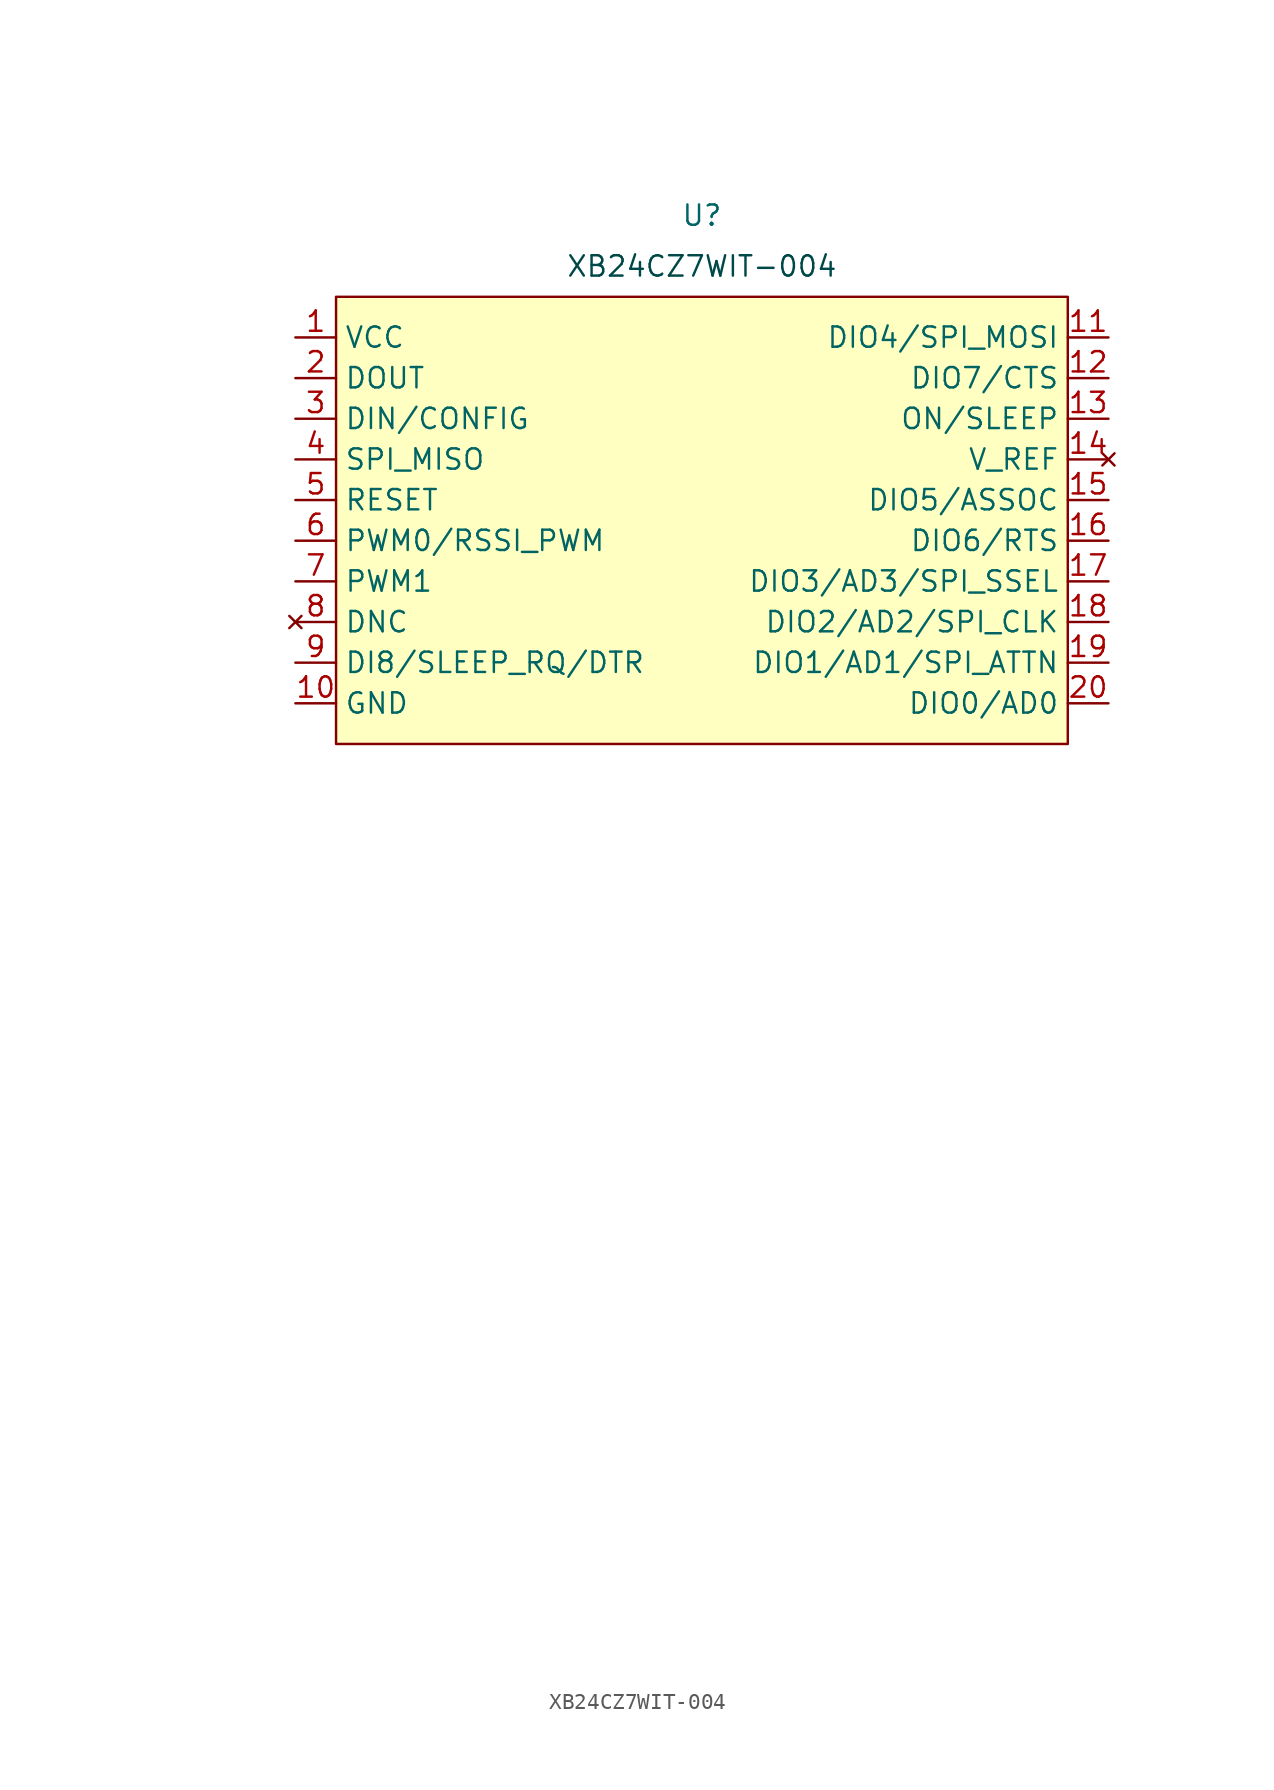
<source format=kicad_sym>
(kicad_symbol_lib
  (version 20231120)
  (generator "kicad_symbol_editor")
  (generator_version "8.0")
  (symbol "XB24CZ7WIT-004"
    (property "Reference" "U"
      (at 0 17.78 0)
      (effects (font (size 1.27 1.27))))
    (property "Value" ""
      (at -33.655 -65.405 0)
      (effects (font (size 1.27 1.27))))
    (symbol "XB24CZ7WIT-004_1_1"
      (rectangle (start -22.86 12.7) (end 22.86 -15.24) (stroke (width 0) (type default)) (fill (type background)))
      (text "XB24CZ7WIT-004" (at 0 14.605 0) (effects (font (size 1.27 1.27) (color 0 72 72 1))))
      (pin power_in line (at -25.4 10.16 0) (length 2.54) (name "VCC" (effects (font (size 1.27 1.27)))) (number "1" (effects (font (size 1.27 1.27)))))
      (pin passive line (at -25.4 -12.7 0) (length 2.54) (name "GND" (effects (font (size 1.27 1.27)))) (number "10" (effects (font (size 1.27 1.27)))))
      (pin bidirectional line (at 25.4 10.16 180) (length 2.54) (name "DIO4/SPI_MOSI" (effects (font (size 1.27 1.27)))) (number "11" (effects (font (size 1.27 1.27)))))
      (pin bidirectional line (at 25.4 7.62 180) (length 2.54) (name "DIO7/CTS" (effects (font (size 1.27 1.27)))) (number "12" (effects (font (size 1.27 1.27)))))
      (pin output line (at 25.4 5.08 180) (length 2.54) (name "ON/SLEEP" (effects (font (size 1.27 1.27)))) (number "13" (effects (font (size 1.27 1.27)))))
      (pin no_connect line (at 25.4 2.54 180) (length 2.54) (name "V_REF" (effects (font (size 1.27 1.27)))) (number "14" (effects (font (size 1.27 1.27)))))
      (pin bidirectional line (at 25.4 0 180) (length 2.54) (name "DIO5/ASSOC" (effects (font (size 1.27 1.27)))) (number "15" (effects (font (size 1.27 1.27)))))
      (pin bidirectional line (at 25.4 -2.54 180) (length 2.54) (name "DIO6/RTS" (effects (font (size 1.27 1.27)))) (number "16" (effects (font (size 1.27 1.27)))))
      (pin bidirectional line (at 25.4 -5.08 180) (length 2.54) (name "DIO3/AD3/SPI_SSEL" (effects (font (size 1.27 1.27)))) (number "17" (effects (font (size 1.27 1.27)))))
      (pin bidirectional line (at 25.4 -7.62 180) (length 2.54) (name "DIO2/AD2/SPI_CLK" (effects (font (size 1.27 1.27)))) (number "18" (effects (font (size 1.27 1.27)))))
      (pin bidirectional line (at 25.4 -10.16 180) (length 2.54) (name "DIO1/AD1/SPI_ATTN" (effects (font (size 1.27 1.27)))) (number "19" (effects (font (size 1.27 1.27)))))
      (pin output line (at -25.4 7.62 0) (length 2.54) (name "DOUT" (effects (font (size 1.27 1.27)))) (number "2" (effects (font (size 1.27 1.27)))))
      (pin bidirectional line (at 25.4 -12.7 180) (length 2.54) (name "DIO0/AD0" (effects (font (size 1.27 1.27)))) (number "20" (effects (font (size 1.27 1.27)))))
      (pin input line (at -25.4 5.08 0) (length 2.54) (name "DIN/CONFIG" (effects (font (size 1.27 1.27)))) (number "3" (effects (font (size 1.27 1.27)))))
      (pin output line (at -25.4 2.54 0) (length 2.54) (name "SPI_MISO" (effects (font (size 1.27 1.27)))) (number "4" (effects (font (size 1.27 1.27)))))
      (pin input line (at -25.4 0 0) (length 2.54) (name "RESET" (effects (font (size 1.27 1.27)))) (number "5" (effects (font (size 1.27 1.27)))))
      (pin output line (at -25.4 -2.54 0) (length 2.54) (name "PWM0/RSSI_PWM" (effects (font (size 1.27 1.27)))) (number "6" (effects (font (size 1.27 1.27)))))
      (pin output line (at -25.4 -5.08 0) (length 2.54) (name "PWM1" (effects (font (size 1.27 1.27)))) (number "7" (effects (font (size 1.27 1.27)))))
      (pin no_connect line (at -25.4 -7.62 0) (length 2.54) (name "DNC" (effects (font (size 1.27 1.27)))) (number "8" (effects (font (size 1.27 1.27)))))
      (pin input line (at -25.4 -10.16 0) (length 2.54) (name "DI8/SLEEP_RQ/DTR" (effects (font (size 1.27 1.27)))) (number "9" (effects (font (size 1.27 1.27))))))))
</source>
